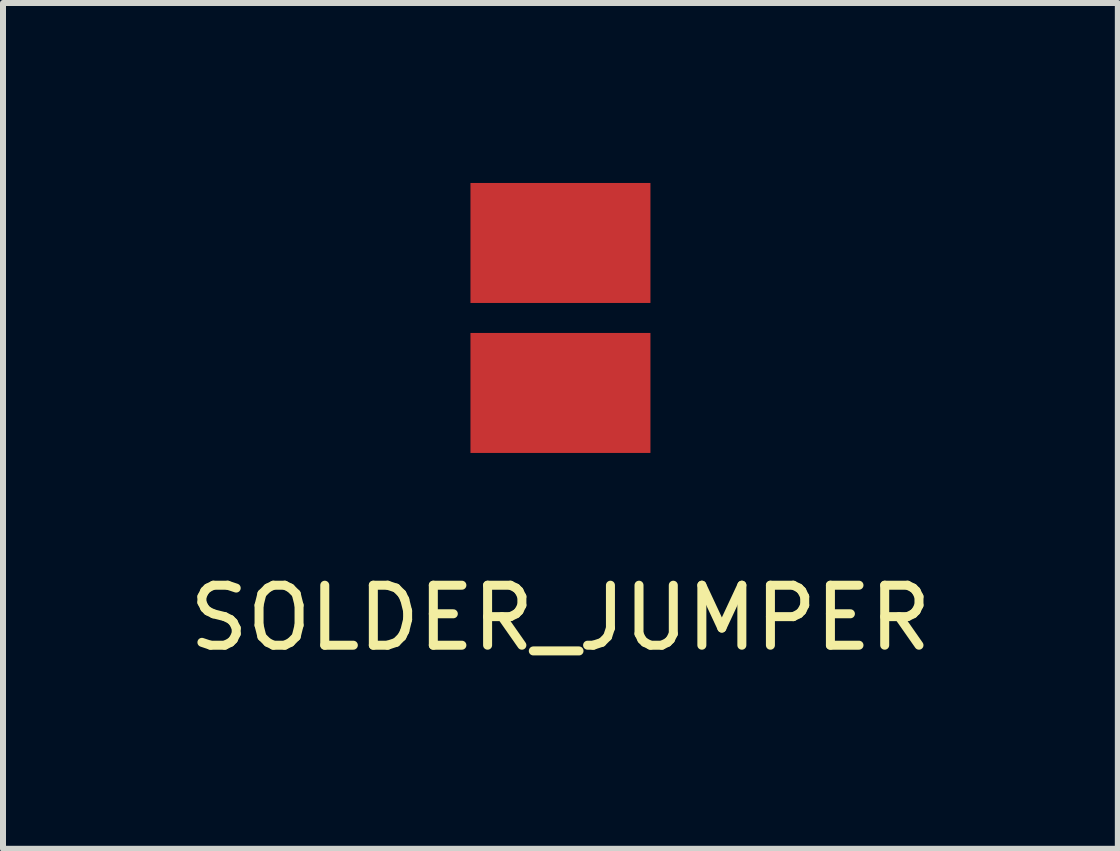
<source format=kicad_pcb>
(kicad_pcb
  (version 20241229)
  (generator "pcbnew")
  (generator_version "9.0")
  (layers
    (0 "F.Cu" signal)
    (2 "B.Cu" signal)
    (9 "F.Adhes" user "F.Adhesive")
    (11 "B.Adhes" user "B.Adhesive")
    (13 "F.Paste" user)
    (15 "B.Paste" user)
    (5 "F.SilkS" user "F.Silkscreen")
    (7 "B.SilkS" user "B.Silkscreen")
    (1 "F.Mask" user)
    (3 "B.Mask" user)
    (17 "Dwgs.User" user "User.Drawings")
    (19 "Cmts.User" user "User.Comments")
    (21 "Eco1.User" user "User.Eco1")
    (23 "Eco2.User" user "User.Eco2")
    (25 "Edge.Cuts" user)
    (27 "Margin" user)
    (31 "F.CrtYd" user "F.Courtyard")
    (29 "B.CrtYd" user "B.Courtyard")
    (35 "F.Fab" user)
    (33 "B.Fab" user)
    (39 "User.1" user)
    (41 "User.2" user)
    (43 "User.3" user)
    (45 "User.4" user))
  (footprint "SOLDER_JUMPER"
    (layer "F.Cu")
    (at 6.292 2.25)
    (property "Reference" "SOLDER_JUMPER" (at 0 5 0) (layer "F.SilkS") (effects (font (size 1 1) (thickness 0.15))))
    (attr through_hole)
    (pad "1" smd rect (at 0 -1.25) (size 3 2) (layers "F.Cu" "F.Mask" "F.Paste"))
    (pad "2" smd rect (at 0 1.25) (size 3 2) (layers "F.Cu" "F.Mask" "F.Paste")))
  (gr_rect
    (start -3 -3)
    (end 15.583 11.098)
    (stroke (width 0.1) (type default))
    (fill no)
    (layer "Edge.Cuts")))
</source>
